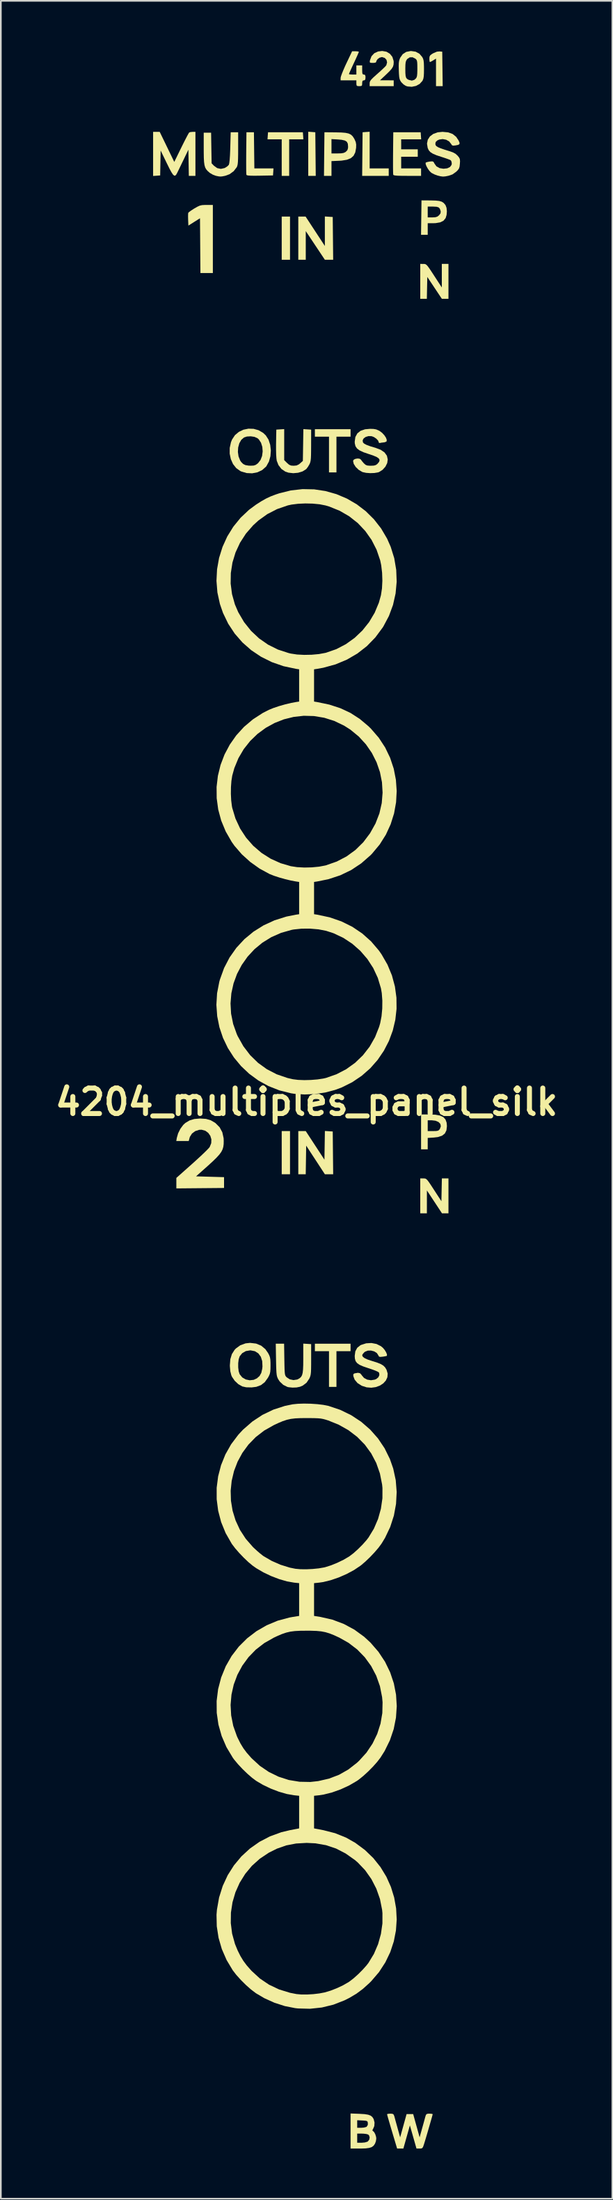
<source format=kicad_pcb>
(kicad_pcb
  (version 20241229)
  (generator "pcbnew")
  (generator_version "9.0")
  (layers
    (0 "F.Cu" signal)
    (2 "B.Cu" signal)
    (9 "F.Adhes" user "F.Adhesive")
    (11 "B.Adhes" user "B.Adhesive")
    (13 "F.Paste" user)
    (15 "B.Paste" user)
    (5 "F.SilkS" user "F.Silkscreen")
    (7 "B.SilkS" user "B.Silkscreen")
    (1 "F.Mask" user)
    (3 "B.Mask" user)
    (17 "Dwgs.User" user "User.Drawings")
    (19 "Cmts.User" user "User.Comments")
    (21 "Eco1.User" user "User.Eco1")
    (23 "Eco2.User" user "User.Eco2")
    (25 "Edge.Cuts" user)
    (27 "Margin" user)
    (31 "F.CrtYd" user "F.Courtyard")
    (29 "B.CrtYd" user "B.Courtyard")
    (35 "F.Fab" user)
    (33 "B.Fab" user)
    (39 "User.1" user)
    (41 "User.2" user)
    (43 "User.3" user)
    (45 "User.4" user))
  (footprint "4204_multiples_panel_silk"
    (layer "F.Cu")
    (at 15.32 62.897)
    (property "Reference" "4204_multiples_panel_silk" (at 0 0 0) (layer "F.SilkS") (effects (font (size 1.524 1.524) (thickness 0.3))))
    (attr board_only exclude_from_pos_files exclude_from_bom)
    (fp_poly (pts (xy -0.994 -50.402) (xy -1.491 -50.402) (xy -1.491 -52.987) (xy -0.994 -52.987)) (stroke (width 0) (type solid)) (fill yes) (layer "F.SilkS"))
    (fp_poly (pts (xy -0.994 4.324) (xy -1.491 4.324) (xy -1.491 1.74) (xy -0.994 1.74)) (stroke (width 0) (type solid)) (fill yes) (layer "F.SilkS"))
    (fp_poly (pts (xy 0.311 -58.048) (xy 0.522 -58.032) (xy 0.535 -56.727) (xy 0.548 -55.423) (xy 0.099 -55.423) (xy 0.099 -58.063)) (stroke (width 0) (type solid)) (fill yes) (layer "F.SilkS"))
    (fp_poly (pts (xy 2.634 -39.815) (xy 1.789 -39.815) (xy 1.789 -37.677) (xy 1.342 -37.677) (xy 1.342 -39.815) (xy 0.497 -39.815) (xy 0.497 -40.262) (xy 2.634 -40.262)) (stroke (width 0) (type solid)) (fill yes) (layer "F.SilkS"))
    (fp_poly (pts (xy 2.634 14.912) (xy 1.789 14.912) (xy 1.789 17.049) (xy 1.342 17.049) (xy 1.342 14.912) (xy 0.497 14.912) (xy 0.497 14.465) (xy 2.634 14.465)) (stroke (width 0) (type solid)) (fill yes) (layer "F.SilkS"))
    (fp_poly (pts (xy 3.778 -55.87) (xy 4.921 -55.87) (xy 4.921 -55.423) (xy 3.329 -55.423) (xy 3.342 -56.727) (xy 3.355 -58.032) (xy 3.566 -58.048) (xy 3.778 -58.063)) (stroke (width 0) (type solid)) (fill yes) (layer "F.SilkS"))
    (fp_poly (pts (xy -0.208 -57.821) (xy -0.193 -57.61) (xy -1.044 -57.61) (xy -1.044 -55.423) (xy -1.491 -55.423) (xy -1.491 -57.61) (xy -2.342 -57.61) (xy -2.327 -57.821) (xy -2.311 -58.032) (xy -0.224 -58.032)) (stroke (width 0) (type solid)) (fill yes) (layer "F.SilkS"))
    (fp_poly (pts (xy 1.33 -52.977) (xy 1.566 -52.962) (xy 1.579 -51.682) (xy 1.592 -50.402) (xy 1.094 -50.402) (xy 0.522 -51.26) (xy -0.05 -52.117) (xy -0.05 -50.402) (xy -0.497 -50.402) (xy -0.497 -52.987) (xy -0.06 -52.987) (xy 0.517 -52.107) (xy 1.094 -51.227) (xy 1.094 -52.993)) (stroke (width 0) (type solid)) (fill yes) (layer "F.SilkS"))
    (fp_poly (pts (xy 1.331 1.749) (xy 1.566 1.765) (xy 1.579 3.045) (xy 1.592 4.324) (xy 1.095 4.324) (xy 0.535 3.468) (xy -0.025 2.612) (xy -0.038 3.468) (xy -0.052 4.324) (xy -0.497 4.324) (xy -0.497 1.74) (xy -0.051 1.74) (xy 0.509 2.596) (xy 1.069 3.452) (xy 1.096 1.734)) (stroke (width 0) (type solid)) (fill yes) (layer "F.SilkS"))
    (fp_poly (pts (xy 8.127 -62.854) (xy 8.154 -60.791) (xy 7.754 -60.791) (xy 7.754 -62.439) (xy 7.587 -62.336) (xy 7.473 -62.27) (xy 7.397 -62.234) (xy 7.388 -62.232) (xy 7.368 -62.277) (xy 7.357 -62.387) (xy 7.357 -62.429) (xy 7.365 -62.551) (xy 7.405 -62.633) (xy 7.499 -62.708) (xy 7.578 -62.756) (xy 7.808 -62.855) (xy 7.963 -62.87)) (stroke (width 0) (type solid)) (fill yes) (layer "F.SilkS"))
    (fp_poly (pts (xy 7.071 4.575) (xy 7.131 4.589) (xy 7.189 4.628) (xy 7.258 4.702) (xy 7.348 4.824) (xy 7.47 5.006) (xy 7.633 5.256) (xy 8.077 5.939) (xy 8.105 4.573) (xy 8.5 4.573) (xy 8.5 6.661) (xy 8.111 6.661) (xy 7.66 5.977) (xy 7.209 5.294) (xy 7.208 5.977) (xy 7.207 6.661) (xy 6.81 6.661) (xy 6.81 4.573) (xy 6.999 4.573)) (stroke (width 0) (type solid)) (fill yes) (layer "F.SilkS"))
    (fp_poly (pts (xy 8.5 -48.066) (xy 8.103 -48.066) (xy 7.232 -49.373) (xy 7.218 -48.72) (xy 7.205 -48.066) (xy 6.81 -48.066) (xy 6.81 -50.154) (xy 6.996 -50.153) (xy 7.066 -50.151) (xy 7.124 -50.136) (xy 7.183 -50.098) (xy 7.252 -50.023) (xy 7.342 -49.901) (xy 7.465 -49.72) (xy 7.63 -49.468) (xy 7.642 -49.449) (xy 8.102 -48.744) (xy 8.102 -50.154) (xy 8.5 -50.154)) (stroke (width 0) (type solid)) (fill yes) (layer "F.SilkS"))
    (fp_poly (pts (xy -3.143 -56.951) (xy -3.13 -55.87) (xy -1.983 -55.87) (xy -1.998 -55.659) (xy -2.013 -55.448) (xy -2.797 -55.434) (xy -3.109 -55.43) (xy -3.334 -55.433) (xy -3.484 -55.442) (xy -3.57 -55.458) (xy -3.605 -55.483) (xy -3.606 -55.484) (xy -3.612 -55.55) (xy -3.617 -55.701) (xy -3.619 -55.923) (xy -3.62 -56.201) (xy -3.619 -56.522) (xy -3.617 -56.791) (xy -3.604 -58.032) (xy -3.156 -58.032)) (stroke (width 0) (type solid)) (fill yes) (layer "F.SilkS"))
    (fp_poly (pts (xy -5.617 -49.607) (xy -6.361 -49.607) (xy -6.374 -51.246) (xy -6.387 -52.885) (xy -6.735 -52.666) (xy -7.083 -52.446) (xy -7.098 -52.799) (xy -7.102 -52.982) (xy -7.1 -53.129) (xy -7.091 -53.209) (xy -7.09 -53.21) (xy -7.04 -53.261) (xy -6.924 -53.345) (xy -6.767 -53.447) (xy -6.719 -53.476) (xy -6.536 -53.58) (xy -6.398 -53.642) (xy -6.265 -53.672) (xy -6.1 -53.682) (xy -5.993 -53.683) (xy -5.617 -53.683)) (stroke (width 0) (type solid)) (fill yes) (layer "F.SilkS"))
    (fp_poly (pts (xy 6.85 -57.821) (xy 6.865 -57.61) (xy 5.667 -57.61) (xy 5.667 -57.013) (xy 6.661 -57.013) (xy 6.661 -56.566) (xy 5.667 -56.566) (xy 5.667 -55.87) (xy 6.859 -55.87) (xy 6.859 -55.423) (xy 6.038 -55.423) (xy 5.712 -55.425) (xy 5.475 -55.431) (xy 5.317 -55.443) (xy 5.226 -55.462) (xy 5.192 -55.486) (xy 5.186 -55.551) (xy 5.181 -55.702) (xy 5.178 -55.923) (xy 5.178 -56.201) (xy 5.179 -56.522) (xy 5.181 -56.791) (xy 5.194 -58.032) (xy 6.835 -58.032)) (stroke (width 0) (type solid)) (fill yes) (layer "F.SilkS"))
    (fp_poly (pts (xy 7.717 0.761) (xy 7.993 0.812) (xy 8.191 0.904) (xy 8.32 1.043) (xy 8.39 1.235) (xy 8.408 1.443) (xy 8.379 1.695) (xy 8.285 1.884) (xy 8.118 2.016) (xy 7.872 2.097) (xy 7.627 2.127) (xy 7.257 2.15) (xy 7.257 2.833) (xy 6.859 2.833) (xy 6.859 1.094) (xy 7.257 1.094) (xy 7.257 1.74) (xy 7.579 1.74) (xy 7.758 1.736) (xy 7.867 1.718) (xy 7.935 1.677) (xy 7.985 1.612) (xy 8.044 1.453) (xy 8.014 1.312) (xy 7.905 1.198) (xy 7.726 1.122) (xy 7.493 1.094) (xy 7.257 1.094) (xy 6.859 1.094) (xy 6.859 0.746) (xy 7.356 0.746)) (stroke (width 0) (type solid)) (fill yes) (layer "F.SilkS"))
    (fp_poly (pts (xy -8.365 -57.158) (xy -7.928 -56.258) (xy -7.506 -57.12) (xy -7.372 -57.39) (xy -7.25 -57.629) (xy -7.149 -57.823) (xy -7.074 -57.958) (xy -7.035 -58.018) (xy -7.033 -58.019) (xy -6.952 -58.045) (xy -6.825 -58.056) (xy -6.822 -58.056) (xy -6.661 -58.057) (xy -6.661 -55.423) (xy -7.056 -55.423) (xy -7.069 -56.204) (xy -7.083 -56.986) (xy -7.381 -56.369) (xy -7.498 -56.128) (xy -7.604 -55.908) (xy -7.691 -55.729) (xy -7.748 -55.613) (xy -7.754 -55.6) (xy -7.815 -55.492) (xy -7.873 -55.436) (xy -7.936 -55.438) (xy -8.009 -55.505) (xy -8.101 -55.644) (xy -8.218 -55.86) (xy -8.367 -56.161) (xy -8.375 -56.177) (xy -8.745 -56.939) (xy -8.759 -56.193) (xy -8.773 -55.448) (xy -8.984 -55.432) (xy -9.196 -55.417) (xy -9.196 -58.057) (xy -8.801 -58.057)) (stroke (width 0) (type solid)) (fill yes) (layer "F.SilkS"))
    (fp_poly (pts (xy 7.44 -53.952) (xy 7.732 -53.944) (xy 7.944 -53.921) (xy 8.097 -53.877) (xy 8.209 -53.806) (xy 8.302 -53.7) (xy 8.328 -53.662) (xy 8.385 -53.507) (xy 8.405 -53.301) (xy 8.388 -53.086) (xy 8.333 -52.903) (xy 8.327 -52.89) (xy 8.202 -52.739) (xy 8.007 -52.641) (xy 7.736 -52.595) (xy 7.582 -52.589) (xy 7.257 -52.589) (xy 7.257 -51.894) (xy 6.857 -51.894) (xy 6.871 -52.937) (xy 7.257 -52.937) (xy 7.533 -52.937) (xy 7.709 -52.946) (xy 7.826 -52.98) (xy 7.922 -53.051) (xy 7.935 -53.064) (xy 8.022 -53.176) (xy 8.036 -53.284) (xy 8.028 -53.325) (xy 7.983 -53.457) (xy 7.912 -53.535) (xy 7.792 -53.573) (xy 7.6 -53.583) (xy 7.574 -53.584) (xy 7.257 -53.584) (xy 7.257 -52.937) (xy 6.871 -52.937) (xy 6.884 -53.956)) (stroke (width 0) (type solid)) (fill yes) (layer "F.SilkS"))
    (fp_poly (pts (xy -1.342 -38.413) (xy -1.173 -38.244) (xy -1.047 -38.135) (xy -0.928 -38.086) (xy -0.776 -38.075) (xy -0.6 -38.092) (xy -0.462 -38.158) (xy -0.386 -38.22) (xy -0.224 -38.365) (xy -0.193 -40.267) (xy 0.04 -40.252) (xy 0.273 -40.237) (xy 0.271 -39.293) (xy 0.269 -38.958) (xy 0.265 -38.707) (xy 0.257 -38.523) (xy 0.243 -38.389) (xy 0.222 -38.29) (xy 0.193 -38.209) (xy 0.164 -38.15) (xy 0.078 -38.006) (xy -0.01 -37.89) (xy -0.034 -37.866) (xy -0.244 -37.735) (xy -0.51 -37.655) (xy -0.801 -37.629) (xy -1.087 -37.661) (xy -1.273 -37.723) (xy -1.508 -37.882) (xy -1.686 -38.114) (xy -1.788 -38.373) (xy -1.808 -38.515) (xy -1.823 -38.738) (xy -1.83 -39.024) (xy -1.83 -39.354) (xy -1.829 -39.417) (xy -1.814 -40.237) (xy -1.578 -40.253) (xy -1.342 -40.268)) (stroke (width 0) (type solid)) (fill yes) (layer "F.SilkS"))
    (fp_poly (pts (xy 1.75 -58.026) (xy 2.083 -58.018) (xy 2.333 -57.997) (xy 2.518 -57.957) (xy 2.654 -57.891) (xy 2.758 -57.794) (xy 2.847 -57.659) (xy 2.874 -57.609) (xy 2.944 -57.449) (xy 2.971 -57.298) (xy 2.966 -57.103) (xy 2.965 -57.093) (xy 2.916 -56.826) (xy 2.813 -56.623) (xy 2.648 -56.479) (xy 2.41 -56.385) (xy 2.092 -56.334) (xy 1.953 -56.326) (xy 1.491 -56.306) (xy 1.491 -55.423) (xy 1.042 -55.423) (xy 1.055 -56.727) (xy 1.065 -57.623) (xy 1.491 -57.623) (xy 1.491 -56.765) (xy 1.857 -56.765) (xy 2.068 -56.771) (xy 2.209 -56.793) (xy 2.311 -56.837) (xy 2.354 -56.868) (xy 2.444 -56.962) (xy 2.481 -57.083) (xy 2.485 -57.183) (xy 2.469 -57.349) (xy 2.41 -57.464) (xy 2.293 -57.537) (xy 2.104 -57.58) (xy 1.888 -57.6) (xy 1.491 -57.623) (xy 1.065 -57.623) (xy 1.069 -58.032)) (stroke (width 0) (type solid)) (fill yes) (layer "F.SilkS"))
    (fp_poly (pts (xy -4.101 -57.063) (xy -4.102 -56.716) (xy -4.107 -56.454) (xy -4.115 -56.261) (xy -4.129 -56.123) (xy -4.15 -56.026) (xy -4.178 -55.954) (xy -4.185 -55.94) (xy -4.369 -55.702) (xy -4.615 -55.522) (xy -4.87 -55.428) (xy -5.037 -55.394) (xy -5.153 -55.382) (xy -5.265 -55.391) (xy -5.419 -55.423) (xy -5.445 -55.429) (xy -5.614 -55.492) (xy -5.785 -55.591) (xy -5.824 -55.621) (xy -5.933 -55.718) (xy -6.016 -55.815) (xy -6.077 -55.927) (xy -6.118 -56.069) (xy -6.144 -56.257) (xy -6.158 -56.504) (xy -6.163 -56.828) (xy -6.164 -57.058) (xy -6.164 -58.007) (xy -5.722 -58.007) (xy -5.707 -57.091) (xy -5.691 -56.175) (xy -5.55 -56.027) (xy -5.356 -55.887) (xy -5.138 -55.841) (xy -4.912 -55.891) (xy -4.894 -55.899) (xy -4.763 -55.981) (xy -4.667 -56.074) (xy -4.658 -56.088) (xy -4.633 -56.184) (xy -4.61 -56.372) (xy -4.591 -56.646) (xy -4.576 -57) (xy -4.573 -57.113) (xy -4.548 -58.032) (xy -4.101 -58.032)) (stroke (width 0) (type solid)) (fill yes) (layer "F.SilkS"))
    (fp_poly (pts (xy 4.782 -62.853) (xy 4.99 -62.73) (xy 5.139 -62.543) (xy 5.213 -62.307) (xy 5.219 -62.217) (xy 5.21 -62.079) (xy 5.176 -61.96) (xy 5.104 -61.839) (xy 4.983 -61.699) (xy 4.798 -61.518) (xy 4.755 -61.477) (xy 4.399 -61.143) (xy 5.219 -61.139) (xy 5.219 -60.791) (xy 3.778 -60.791) (xy 3.778 -60.958) (xy 3.785 -61.034) (xy 3.815 -61.107) (xy 3.881 -61.194) (xy 3.994 -61.307) (xy 4.166 -61.463) (xy 4.254 -61.54) (xy 4.439 -61.705) (xy 4.598 -61.854) (xy 4.716 -61.97) (xy 4.774 -62.039) (xy 4.776 -62.042) (xy 4.822 -62.212) (xy 4.787 -62.366) (xy 4.684 -62.48) (xy 4.527 -62.53) (xy 4.507 -62.531) (xy 4.374 -62.495) (xy 4.254 -62.409) (xy 4.182 -62.3) (xy 4.175 -62.257) (xy 4.144 -62.206) (xy 4.037 -62.185) (xy 3.97 -62.183) (xy 3.841 -62.187) (xy 3.788 -62.213) (xy 3.786 -62.283) (xy 3.797 -62.342) (xy 3.89 -62.584) (xy 4.055 -62.761) (xy 4.285 -62.867) (xy 4.53 -62.897)) (stroke (width 0) (type solid)) (fill yes) (layer "F.SilkS"))
    (fp_poly (pts (xy 0.037 14.474) (xy 0.273 14.489) (xy 0.273 15.409) (xy 0.272 15.738) (xy 0.269 15.984) (xy 0.261 16.165) (xy 0.247 16.297) (xy 0.225 16.398) (xy 0.194 16.484) (xy 0.161 16.555) (xy -0.004 16.8) (xy -0.228 16.97) (xy -0.393 17.041) (xy -0.6 17.083) (xy -0.848 17.092) (xy -1.081 17.068) (xy -1.154 17.05) (xy -1.4 16.927) (xy -1.609 16.729) (xy -1.704 16.585) (xy -1.742 16.506) (xy -1.772 16.421) (xy -1.793 16.316) (xy -1.807 16.175) (xy -1.817 15.98) (xy -1.825 15.716) (xy -1.831 15.421) (xy -1.847 14.465) (xy -1.348 14.465) (xy -1.333 15.408) (xy -1.327 15.736) (xy -1.321 15.979) (xy -1.312 16.154) (xy -1.299 16.273) (xy -1.28 16.353) (xy -1.252 16.409) (xy -1.213 16.455) (xy -1.188 16.48) (xy -1.006 16.597) (xy -0.787 16.642) (xy -0.568 16.609) (xy -0.506 16.582) (xy -0.404 16.52) (xy -0.327 16.446) (xy -0.272 16.345) (xy -0.235 16.203) (xy -0.213 16.006) (xy -0.202 15.74) (xy -0.199 15.391) (xy -0.199 15.334) (xy -0.199 14.459)) (stroke (width 0) (type solid)) (fill yes) (layer "F.SilkS"))
    (fp_poly (pts (xy 3.055 -62.871) (xy 3.126 -62.853) (xy 3.132 -62.845) (xy 3.111 -62.79) (xy 3.056 -62.662) (xy 2.974 -62.479) (xy 2.872 -62.257) (xy 2.833 -62.175) (xy 2.726 -61.945) (xy 2.636 -61.748) (xy 2.571 -61.601) (xy 2.538 -61.522) (xy 2.535 -61.513) (xy 2.579 -61.497) (xy 2.692 -61.488) (xy 2.759 -61.487) (xy 2.982 -61.487) (xy 2.982 -62.034) (xy 3.33 -62.034) (xy 3.33 -61.76) (xy 3.335 -61.602) (xy 3.353 -61.52) (xy 3.395 -61.49) (xy 3.43 -61.487) (xy 3.498 -61.467) (xy 3.526 -61.391) (xy 3.529 -61.313) (xy 3.518 -61.193) (xy 3.475 -61.145) (xy 3.43 -61.139) (xy 3.361 -61.119) (xy 3.334 -61.044) (xy 3.33 -60.965) (xy 3.323 -60.848) (xy 3.279 -60.801) (xy 3.17 -60.791) (xy 3.156 -60.791) (xy 3.04 -60.799) (xy 2.992 -60.842) (xy 2.982 -60.952) (xy 2.982 -60.965) (xy 2.982 -61.139) (xy 2.038 -61.139) (xy 2.038 -61.285) (xy 2.059 -61.379) (xy 2.117 -61.542) (xy 2.204 -61.757) (xy 2.312 -62.004) (xy 2.383 -62.155) (xy 2.727 -62.879) (xy 2.929 -62.879)) (stroke (width 0) (type solid)) (fill yes) (layer "F.SilkS"))
    (fp_poly (pts (xy -6.029 1.011) (xy -5.747 1.092) (xy -5.49 1.24) (xy -5.454 1.267) (xy -5.211 1.512) (xy -5.05 1.812) (xy -4.972 2.165) (xy -4.965 2.322) (xy -4.969 2.515) (xy -4.99 2.682) (xy -5.035 2.835) (xy -5.111 2.986) (xy -5.228 3.146) (xy -5.393 3.328) (xy -5.614 3.544) (xy -5.899 3.805) (xy -6.083 3.969) (xy -6.624 4.449) (xy -5.785 4.474) (xy -4.946 4.498) (xy -4.946 5.145) (xy -7.804 5.171) (xy -7.804 4.544) (xy -6.856 3.702) (xy -6.592 3.463) (xy -6.347 3.238) (xy -6.134 3.036) (xy -5.964 2.869) (xy -5.849 2.747) (xy -5.805 2.691) (xy -5.714 2.464) (xy -5.705 2.236) (xy -5.769 2.024) (xy -5.895 1.846) (xy -6.072 1.718) (xy -6.288 1.66) (xy -6.435 1.665) (xy -6.675 1.743) (xy -6.868 1.889) (xy -6.992 2.085) (xy -7.009 2.139) (xy -7.062 2.336) (xy -7.808 2.336) (xy -7.777 2.15) (xy -7.698 1.874) (xy -7.562 1.602) (xy -7.391 1.371) (xy -7.267 1.256) (xy -7.013 1.104) (xy -6.729 1.018) (xy -6.387 0.988) (xy -6.368 0.988)) (stroke (width 0) (type solid)) (fill yes) (layer "F.SilkS"))
    (fp_poly (pts (xy -3.174 -40.284) (xy -2.875 -40.201) (xy -2.603 -40.042) (xy -2.445 -39.893) (xy -2.281 -39.636) (xy -2.18 -39.326) (xy -2.142 -38.989) (xy -2.167 -38.648) (xy -2.255 -38.327) (xy -2.406 -38.053) (xy -2.434 -38.017) (xy -2.663 -37.816) (xy -2.945 -37.683) (xy -3.261 -37.622) (xy -3.59 -37.637) (xy -3.911 -37.731) (xy -3.972 -37.759) (xy -4.218 -37.935) (xy -4.409 -38.178) (xy -4.54 -38.472) (xy -4.608 -38.799) (xy -4.607 -38.9) (xy -4.116 -38.9) (xy -4.078 -38.634) (xy -3.982 -38.394) (xy -3.92 -38.301) (xy -3.803 -38.183) (xy -3.665 -38.114) (xy -3.475 -38.083) (xy -3.344 -38.078) (xy -3.171 -38.086) (xy -3.048 -38.127) (xy -2.925 -38.216) (xy -2.911 -38.228) (xy -2.76 -38.42) (xy -2.667 -38.662) (xy -2.632 -38.932) (xy -2.653 -39.203) (xy -2.731 -39.451) (xy -2.864 -39.653) (xy -2.948 -39.726) (xy -3.125 -39.804) (xy -3.349 -39.837) (xy -3.575 -39.824) (xy -3.747 -39.768) (xy -3.912 -39.627) (xy -4.031 -39.42) (xy -4.1 -39.17) (xy -4.116 -38.9) (xy -4.607 -38.9) (xy -4.606 -39.142) (xy -4.532 -39.482) (xy -4.468 -39.642) (xy -4.294 -39.905) (xy -4.06 -40.102) (xy -3.784 -40.233) (xy -3.483 -40.294)) (stroke (width 0) (type solid)) (fill yes) (layer "F.SilkS"))
    (fp_poly (pts (xy 3.169 60.551) (xy 3.468 60.569) (xy 3.685 60.603) (xy 3.838 60.66) (xy 3.942 60.744) (xy 4.017 60.864) (xy 4.019 60.869) (xy 4.071 61.073) (xy 4.057 61.282) (xy 3.992 61.435) (xy 3.942 61.53) (xy 3.963 61.573) (xy 3.968 61.575) (xy 4.045 61.643) (xy 4.116 61.774) (xy 4.164 61.93) (xy 4.175 62.034) (xy 4.151 62.193) (xy 4.1 62.334) (xy 4.02 62.453) (xy 3.911 62.537) (xy 3.757 62.59) (xy 3.542 62.62) (xy 3.247 62.63) (xy 3.184 62.63) (xy 2.634 62.63) (xy 2.634 62.282) (xy 3.032 62.282) (xy 3.294 62.282) (xy 3.492 62.265) (xy 3.641 62.22) (xy 3.667 62.205) (xy 3.753 62.098) (xy 3.779 61.965) (xy 3.743 61.844) (xy 3.682 61.787) (xy 3.579 61.758) (xy 3.42 61.739) (xy 3.309 61.735) (xy 3.032 61.735) (xy 3.032 62.282) (xy 2.634 62.282) (xy 2.634 60.935) (xy 3.032 60.935) (xy 3.032 61.387) (xy 3.271 61.387) (xy 3.433 61.374) (xy 3.563 61.341) (xy 3.598 61.323) (xy 3.667 61.213) (xy 3.67 61.112) (xy 3.656 61.031) (xy 3.62 60.986) (xy 3.539 60.964) (xy 3.388 60.952) (xy 3.343 60.95) (xy 3.032 60.935) (xy 2.634 60.935) (xy 2.634 60.531)) (stroke (width 0) (type solid)) (fill yes) (layer "F.SilkS"))
    (fp_poly (pts (xy -3.027 14.457) (xy -2.722 14.582) (xy -2.471 14.79) (xy -2.306 15.026) (xy -2.237 15.159) (xy -2.195 15.278) (xy -2.172 15.413) (xy -2.163 15.597) (xy -2.162 15.757) (xy -2.165 15.986) (xy -2.177 16.147) (xy -2.205 16.271) (xy -2.256 16.391) (xy -2.317 16.503) (xy -2.504 16.764) (xy -2.732 16.942) (xy -3.012 17.046) (xy -3.294 17.081) (xy -3.619 17.074) (xy -3.852 17.022) (xy -4.089 16.888) (xy -4.306 16.685) (xy -4.47 16.446) (xy -4.51 16.356) (xy -4.571 16.116) (xy -4.597 15.814) (xy -4.598 15.757) (xy -4.588 15.632) (xy -4.098 15.632) (xy -4.098 15.885) (xy -4.069 16.119) (xy -4.01 16.293) (xy -3.857 16.481) (xy -3.649 16.603) (xy -3.411 16.653) (xy -3.169 16.627) (xy -2.977 16.538) (xy -2.817 16.395) (xy -2.714 16.209) (xy -2.657 15.959) (xy -2.644 15.826) (xy -2.659 15.508) (xy -2.744 15.244) (xy -2.893 15.043) (xy -3.1 14.913) (xy -3.358 14.863) (xy -3.38 14.863) (xy -3.641 14.907) (xy -3.858 15.031) (xy -4.01 15.22) (xy -4.069 15.398) (xy -4.098 15.632) (xy -4.588 15.632) (xy -4.569 15.39) (xy -4.478 15.09) (xy -4.32 14.839) (xy -4.237 14.75) (xy -3.971 14.558) (xy -3.657 14.444) (xy -3.386 14.415)) (stroke (width 0) (type solid)) (fill yes) (layer "F.SilkS"))
    (fp_poly (pts (xy 7.482 60.549) (xy 7.551 60.566) (xy 7.555 60.572) (xy 7.542 60.628) (xy 7.506 60.761) (xy 7.451 60.953) (xy 7.384 61.186) (xy 7.31 61.443) (xy 7.234 61.705) (xy 7.16 61.954) (xy 7.095 62.172) (xy 7.043 62.341) (xy 7.026 62.394) (xy 6.976 62.535) (xy 6.926 62.604) (xy 6.848 62.628) (xy 6.767 62.63) (xy 6.584 62.63) (xy 6.189 61.243) (xy 5.798 62.63) (xy 5.424 62.63) (xy 5.301 62.22) (xy 5.173 61.793) (xy 5.061 61.416) (xy 4.968 61.099) (xy 4.895 60.849) (xy 4.846 60.675) (xy 4.823 60.585) (xy 4.822 60.575) (xy 4.866 60.554) (xy 4.976 60.543) (xy 5.018 60.542) (xy 5.143 60.549) (xy 5.209 60.586) (xy 5.251 60.68) (xy 5.272 60.754) (xy 5.309 60.894) (xy 5.365 61.097) (xy 5.43 61.33) (xy 5.466 61.462) (xy 5.605 61.959) (xy 5.66 61.76) (xy 5.697 61.626) (xy 5.752 61.428) (xy 5.816 61.198) (xy 5.853 61.064) (xy 5.991 60.567) (xy 6.386 60.567) (xy 6.524 61.064) (xy 6.589 61.298) (xy 6.65 61.518) (xy 6.699 61.693) (xy 6.717 61.76) (xy 6.772 61.959) (xy 6.91 61.462) (xy 6.976 61.227) (xy 7.038 61.003) (xy 7.087 60.823) (xy 7.105 60.754) (xy 7.146 60.622) (xy 7.197 60.561) (xy 7.289 60.543) (xy 7.358 60.542)) (stroke (width 0) (type solid)) (fill yes) (layer "F.SilkS"))
    (fp_poly (pts (xy 6.533 -62.854) (xy 6.762 -62.729) (xy 6.932 -62.529) (xy 6.979 -62.435) (xy 7.009 -62.326) (xy 7.025 -62.179) (xy 7.032 -61.97) (xy 7.033 -61.81) (xy 7.03 -61.553) (xy 7.019 -61.372) (xy 6.997 -61.244) (xy 6.96 -61.146) (xy 6.935 -61.101) (xy 6.774 -60.924) (xy 6.555 -60.806) (xy 6.305 -60.753) (xy 6.052 -60.773) (xy 5.935 -60.812) (xy 5.803 -60.899) (xy 5.678 -61.024) (xy 5.661 -61.047) (xy 5.607 -61.134) (xy 5.57 -61.23) (xy 5.547 -61.358) (xy 5.533 -61.542) (xy 5.525 -61.748) (xy 5.524 -61.832) (xy 5.915 -61.832) (xy 5.918 -61.581) (xy 5.932 -61.409) (xy 5.963 -61.298) (xy 6.017 -61.227) (xy 6.1 -61.177) (xy 6.128 -61.165) (xy 6.308 -61.123) (xy 6.457 -61.17) (xy 6.546 -61.249) (xy 6.589 -61.313) (xy 6.616 -61.406) (xy 6.63 -61.549) (xy 6.636 -61.764) (xy 6.636 -61.844) (xy 6.634 -62.073) (xy 6.626 -62.225) (xy 6.607 -62.321) (xy 6.574 -62.383) (xy 6.521 -62.434) (xy 6.518 -62.436) (xy 6.35 -62.52) (xy 6.182 -62.516) (xy 6.037 -62.422) (xy 6.018 -62.4) (xy 5.966 -62.318) (xy 5.935 -62.217) (xy 5.92 -62.071) (xy 5.915 -61.853) (xy 5.915 -61.832) (xy 5.524 -61.832) (xy 5.52 -62) (xy 5.525 -62.179) (xy 5.544 -62.311) (xy 5.579 -62.421) (xy 5.611 -62.495) (xy 5.762 -62.709) (xy 5.969 -62.841) (xy 6.233 -62.893) (xy 6.26 -62.894)) (stroke (width 0) (type solid)) (fill yes) (layer "F.SilkS"))
    (fp_poly (pts (xy 4.188 14.481) (xy 4.455 14.614) (xy 4.575 14.715) (xy 4.684 14.846) (xy 4.769 14.987) (xy 4.816 15.11) (xy 4.811 15.188) (xy 4.808 15.191) (xy 4.751 15.208) (xy 4.631 15.231) (xy 4.562 15.241) (xy 4.42 15.255) (xy 4.346 15.24) (xy 4.309 15.187) (xy 4.3 15.163) (xy 4.209 15.023) (xy 4.053 14.925) (xy 3.864 14.875) (xy 3.671 14.878) (xy 3.503 14.943) (xy 3.452 14.984) (xy 3.37 15.078) (xy 3.331 15.144) (xy 3.33 15.149) (xy 3.364 15.24) (xy 3.472 15.326) (xy 3.662 15.414) (xy 3.943 15.506) (xy 3.949 15.508) (xy 4.238 15.599) (xy 4.448 15.684) (xy 4.596 15.774) (xy 4.703 15.88) (xy 4.785 16.015) (xy 4.789 16.022) (xy 4.858 16.253) (xy 4.84 16.472) (xy 4.748 16.67) (xy 4.593 16.84) (xy 4.388 16.973) (xy 4.145 17.062) (xy 3.875 17.099) (xy 3.593 17.075) (xy 3.309 16.984) (xy 3.301 16.98) (xy 3.051 16.821) (xy 2.88 16.617) (xy 2.803 16.414) (xy 2.795 16.306) (xy 2.841 16.254) (xy 2.891 16.237) (xy 3.078 16.205) (xy 3.204 16.234) (xy 3.292 16.329) (xy 3.305 16.353) (xy 3.44 16.513) (xy 3.633 16.615) (xy 3.858 16.651) (xy 4.087 16.615) (xy 4.177 16.576) (xy 4.298 16.475) (xy 4.359 16.345) (xy 4.349 16.219) (xy 4.324 16.179) (xy 4.254 16.135) (xy 4.11 16.072) (xy 3.913 15.999) (xy 3.7 15.929) (xy 3.394 15.825) (xy 3.173 15.728) (xy 3.025 15.625) (xy 2.935 15.504) (xy 2.893 15.354) (xy 2.883 15.194) (xy 2.92 14.921) (xy 3.033 14.711) (xy 3.224 14.558) (xy 3.262 14.539) (xy 3.568 14.441) (xy 3.885 14.423)) (stroke (width 0) (type solid)) (fill yes) (layer "F.SilkS"))
    (fp_poly (pts (xy 4.017 -40.277) (xy 4.174 -40.248) (xy 4.317 -40.187) (xy 4.38 -40.152) (xy 4.527 -40.042) (xy 4.655 -39.905) (xy 4.751 -39.762) (xy 4.801 -39.633) (xy 4.794 -39.539) (xy 4.772 -39.516) (xy 4.661 -39.476) (xy 4.589 -39.468) (xy 4.463 -39.453) (xy 4.403 -39.437) (xy 4.336 -39.441) (xy 4.324 -39.48) (xy 4.283 -39.583) (xy 4.177 -39.695) (xy 4.038 -39.79) (xy 3.896 -39.844) (xy 3.71 -39.849) (xy 3.545 -39.801) (xy 3.422 -39.714) (xy 3.359 -39.601) (xy 3.375 -39.477) (xy 3.378 -39.471) (xy 3.448 -39.399) (xy 3.589 -39.324) (xy 3.809 -39.243) (xy 4.117 -39.151) (xy 4.129 -39.148) (xy 4.441 -39.029) (xy 4.67 -38.871) (xy 4.811 -38.677) (xy 4.862 -38.452) (xy 4.83 -38.235) (xy 4.722 -38.018) (xy 4.551 -37.83) (xy 4.345 -37.701) (xy 4.277 -37.677) (xy 4.062 -37.641) (xy 3.812 -37.632) (xy 3.566 -37.65) (xy 3.367 -37.693) (xy 3.331 -37.707) (xy 3.116 -37.834) (xy 2.941 -38.004) (xy 2.823 -38.191) (xy 2.784 -38.365) (xy 2.826 -38.439) (xy 2.931 -38.489) (xy 3.062 -38.509) (xy 3.183 -38.494) (xy 3.256 -38.44) (xy 3.323 -38.346) (xy 3.423 -38.23) (xy 3.438 -38.214) (xy 3.532 -38.131) (xy 3.634 -38.09) (xy 3.782 -38.076) (xy 3.851 -38.075) (xy 4.029 -38.084) (xy 4.147 -38.117) (xy 4.241 -38.186) (xy 4.252 -38.197) (xy 4.349 -38.317) (xy 4.374 -38.42) (xy 4.324 -38.513) (xy 4.191 -38.603) (xy 3.97 -38.695) (xy 3.728 -38.775) (xy 3.41 -38.883) (xy 3.178 -38.991) (xy 3.022 -39.108) (xy 2.929 -39.245) (xy 2.888 -39.411) (xy 2.883 -39.516) (xy 2.922 -39.795) (xy 3.04 -40.012) (xy 3.233 -40.166) (xy 3.502 -40.257) (xy 3.804 -40.284)) (stroke (width 0) (type solid)) (fill yes) (layer "F.SilkS"))
    (fp_poly (pts (xy 8.481 -58.026) (xy 8.749 -57.929) (xy 8.958 -57.762) (xy 9.106 -57.542) (xy 9.164 -57.406) (xy 9.158 -57.324) (xy 9.075 -57.275) (xy 8.918 -57.244) (xy 8.784 -57.231) (xy 8.711 -57.254) (xy 8.663 -57.325) (xy 8.659 -57.334) (xy 8.539 -57.486) (xy 8.361 -57.585) (xy 8.153 -57.624) (xy 7.946 -57.595) (xy 7.827 -57.539) (xy 7.73 -57.443) (xy 7.714 -57.322) (xy 7.734 -57.254) (xy 7.787 -57.193) (xy 7.886 -57.133) (xy 8.043 -57.068) (xy 8.273 -56.99) (xy 8.538 -56.908) (xy 8.764 -56.83) (xy 8.923 -56.744) (xy 9.045 -56.634) (xy 9.053 -56.625) (xy 9.139 -56.518) (xy 9.182 -56.424) (xy 9.193 -56.303) (xy 9.185 -56.153) (xy 9.166 -55.977) (xy 9.128 -55.858) (xy 9.052 -55.756) (xy 8.964 -55.67) (xy 8.743 -55.511) (xy 8.506 -55.429) (xy 8.314 -55.391) (xy 8.172 -55.38) (xy 8.035 -55.396) (xy 7.858 -55.439) (xy 7.851 -55.441) (xy 7.673 -55.504) (xy 7.508 -55.587) (xy 7.47 -55.612) (xy 7.369 -55.708) (xy 7.271 -55.841) (xy 7.189 -55.986) (xy 7.137 -56.114) (xy 7.13 -56.201) (xy 7.139 -56.215) (xy 7.213 -56.246) (xy 7.343 -56.274) (xy 7.39 -56.281) (xy 7.524 -56.291) (xy 7.597 -56.267) (xy 7.644 -56.193) (xy 7.656 -56.165) (xy 7.778 -55.994) (xy 7.97 -55.886) (xy 8.203 -55.849) (xy 8.428 -55.874) (xy 8.593 -55.954) (xy 8.684 -56.078) (xy 8.699 -56.163) (xy 8.678 -56.284) (xy 8.636 -56.356) (xy 8.565 -56.391) (xy 8.421 -56.445) (xy 8.228 -56.511) (xy 8.071 -56.561) (xy 7.776 -56.659) (xy 7.562 -56.751) (xy 7.415 -56.846) (xy 7.319 -56.955) (xy 7.257 -57.089) (xy 7.256 -57.092) (xy 7.214 -57.353) (xy 7.261 -57.586) (xy 7.388 -57.782) (xy 7.588 -57.932) (xy 7.851 -58.027) (xy 8.144 -58.057)) (stroke (width 0) (type solid)) (fill yes) (layer "F.SilkS"))
    (fp_poly (pts (xy 0.453 -36.663) (xy 1.131 -36.561) (xy 1.787 -36.376) (xy 2.414 -36.111) (xy 3.003 -35.769) (xy 3.546 -35.355) (xy 4.035 -34.871) (xy 4.464 -34.323) (xy 4.823 -33.714) (xy 5.04 -33.223) (xy 5.252 -32.541) (xy 5.37 -31.841) (xy 5.397 -31.135) (xy 5.332 -30.433) (xy 5.178 -29.747) (xy 4.934 -29.087) (xy 4.603 -28.463) (xy 4.557 -28.391) (xy 4.117 -27.799) (xy 3.611 -27.28) (xy 3.042 -26.837) (xy 2.416 -26.473) (xy 1.735 -26.189) (xy 1.002 -25.987) (xy 0.634 -25.921) (xy 0.447 -25.893) (xy 0.447 -23.963) (xy 0.634 -23.933) (xy 1.366 -23.78) (xy 2.027 -23.565) (xy 2.63 -23.282) (xy 3.185 -22.925) (xy 3.703 -22.49) (xy 3.858 -22.338) (xy 4.324 -21.799) (xy 4.707 -21.215) (xy 5.005 -20.596) (xy 5.22 -19.949) (xy 5.35 -19.284) (xy 5.398 -18.61) (xy 5.361 -17.936) (xy 5.241 -17.27) (xy 5.037 -16.621) (xy 4.75 -15.997) (xy 4.379 -15.409) (xy 3.925 -14.864) (xy 3.829 -14.766) (xy 3.276 -14.282) (xy 2.674 -13.882) (xy 2.02 -13.567) (xy 1.311 -13.334) (xy 0.634 -13.196) (xy 0.447 -13.168) (xy 0.447 -11.238) (xy 0.634 -11.21) (xy 1.385 -11.05) (xy 2.088 -10.807) (xy 2.739 -10.485) (xy 3.333 -10.085) (xy 3.865 -9.611) (xy 4.33 -9.066) (xy 4.488 -8.841) (xy 4.847 -8.218) (xy 5.114 -7.572) (xy 5.292 -6.911) (xy 5.383 -6.243) (xy 5.39 -5.576) (xy 5.316 -4.918) (xy 5.163 -4.275) (xy 4.934 -3.656) (xy 4.631 -3.069) (xy 4.258 -2.521) (xy 3.816 -2.019) (xy 3.308 -1.572) (xy 2.738 -1.187) (xy 2.107 -0.872) (xy 1.717 -0.726) (xy 1.13 -0.57) (xy 0.506 -0.477) (xy -0.124 -0.45) (xy -0.728 -0.49) (xy -0.936 -0.522) (xy -1.632 -0.696) (xy -2.285 -0.953) (xy -2.888 -1.286) (xy -3.437 -1.687) (xy -3.928 -2.15) (xy -4.357 -2.667) (xy -4.719 -3.231) (xy -5.009 -3.835) (xy -5.223 -4.471) (xy -5.356 -5.134) (xy -5.405 -5.814) (xy -5.4 -5.899) (xy -4.558 -5.899) (xy -4.524 -5.284) (xy -4.4 -4.669) (xy -4.183 -4.062) (xy -4.128 -3.941) (xy -3.788 -3.336) (xy -3.38 -2.802) (xy -2.908 -2.342) (xy -2.376 -1.959) (xy -1.789 -1.657) (xy -1.15 -1.438) (xy -0.82 -1.362) (xy -0.509 -1.323) (xy -0.137 -1.309) (xy 0.262 -1.319) (xy 0.654 -1.351) (xy 1.005 -1.404) (xy 1.162 -1.44) (xy 1.792 -1.66) (xy 2.376 -1.964) (xy 2.905 -2.344) (xy 3.374 -2.795) (xy 3.775 -3.309) (xy 4.101 -3.88) (xy 4.347 -4.5) (xy 4.41 -4.719) (xy 4.49 -5.131) (xy 4.533 -5.594) (xy 4.538 -6.069) (xy 4.504 -6.517) (xy 4.455 -6.802) (xy 4.266 -7.428) (xy 3.991 -8.017) (xy 3.639 -8.559) (xy 3.217 -9.047) (xy 2.733 -9.472) (xy 2.195 -9.826) (xy 1.612 -10.1) (xy 1.168 -10.244) (xy 0.713 -10.332) (xy 0.211 -10.375) (xy -0.297 -10.373) (xy -0.771 -10.324) (xy -0.895 -10.301) (xy -1.529 -10.122) (xy -2.114 -9.864) (xy -2.647 -9.535) (xy -3.123 -9.143) (xy -3.537 -8.695) (xy -3.887 -8.199) (xy -4.169 -7.664) (xy -4.377 -7.097) (xy -4.508 -6.506) (xy -4.558 -5.899) (xy -5.4 -5.899) (xy -5.364 -6.506) (xy -5.229 -7.202) (xy -5.193 -7.329) (xy -4.944 -8.017) (xy -4.614 -8.651) (xy -4.206 -9.228) (xy -3.728 -9.743) (xy -3.184 -10.192) (xy -2.58 -10.57) (xy -1.92 -10.873) (xy -1.21 -11.096) (xy -0.634 -11.21) (xy -0.447 -11.238) (xy -0.447 -13.168) (xy -0.634 -13.196) (xy -0.94 -13.253) (xy -1.283 -13.335) (xy -1.629 -13.432) (xy -1.945 -13.535) (xy -2.199 -13.634) (xy -2.22 -13.643) (xy -2.815 -13.966) (xy -3.375 -14.365) (xy -3.883 -14.824) (xy -4.32 -15.329) (xy -4.486 -15.562) (xy -4.847 -16.19) (xy -5.117 -16.841) (xy -5.296 -17.507) (xy -5.387 -18.181) (xy -5.389 -18.442) (xy -4.537 -18.442) (xy -4.518 -18.054) (xy -4.477 -17.714) (xy -4.456 -17.604) (xy -4.262 -16.962) (xy -3.983 -16.365) (xy -3.626 -15.82) (xy -3.198 -15.333) (xy -2.705 -14.91) (xy -2.155 -14.56) (xy -1.553 -14.289) (xy -0.944 -14.111) (xy -0.569 -14.054) (xy -0.137 -14.031) (xy 0.315 -14.041) (xy 0.749 -14.083) (xy 1.129 -14.155) (xy 1.162 -14.164) (xy 1.806 -14.389) (xy 2.395 -14.696) (xy 2.927 -15.083) (xy 3.397 -15.546) (xy 3.802 -16.083) (xy 4.128 -16.666) (xy 4.362 -17.269) (xy 4.503 -17.888) (xy 4.553 -18.512) (xy 4.516 -19.134) (xy 4.395 -19.743) (xy 4.192 -20.33) (xy 3.91 -20.888) (xy 3.553 -21.405) (xy 3.123 -21.873) (xy 2.623 -22.283) (xy 2.252 -22.519) (xy 1.662 -22.803) (xy 1.056 -22.994) (xy 0.443 -23.096) (xy -0.169 -23.112) (xy -0.773 -23.045) (xy -1.36 -22.9) (xy -1.922 -22.679) (xy -2.452 -22.387) (xy -2.941 -22.027) (xy -3.381 -21.603) (xy -3.765 -21.118) (xy -4.084 -20.576) (xy -4.33 -19.98) (xy -4.456 -19.527) (xy -4.505 -19.214) (xy -4.532 -18.84) (xy -4.537 -18.442) (xy -5.389 -18.442) (xy -5.393 -18.854) (xy -5.315 -19.519) (xy -5.156 -20.168) (xy -4.918 -20.793) (xy -4.603 -21.386) (xy -4.214 -21.94) (xy -3.752 -22.446) (xy -3.22 -22.896) (xy -2.62 -23.284) (xy -2.266 -23.465) (xy -1.991 -23.577) (xy -1.651 -23.691) (xy -1.282 -23.796) (xy -0.917 -23.883) (xy -0.634 -23.935) (xy -0.447 -23.963) (xy -0.447 -25.893) (xy -0.634 -25.921) (xy -1.379 -26.079) (xy -2.077 -26.321) (xy -2.725 -26.642) (xy -3.316 -27.037) (xy -3.845 -27.501) (xy -4.307 -28.031) (xy -4.697 -28.621) (xy -5.009 -29.268) (xy -5.193 -29.801) (xy -5.344 -30.491) (xy -5.387 -31.024) (xy -4.55 -31.024) (xy -4.469 -30.395) (xy -4.296 -29.778) (xy -4.096 -29.312) (xy -3.747 -28.719) (xy -3.329 -28.195) (xy -2.847 -27.743) (xy -2.307 -27.368) (xy -1.715 -27.074) (xy -1.075 -26.866) (xy -0.944 -26.835) (xy -0.572 -26.779) (xy -0.142 -26.757) (xy 0.309 -26.766) (xy 0.745 -26.806) (xy 1.129 -26.877) (xy 1.168 -26.887) (xy 1.78 -27.099) (xy 2.352 -27.397) (xy 2.876 -27.773) (xy 3.344 -28.217) (xy 3.747 -28.722) (xy 4.079 -29.279) (xy 4.33 -29.88) (xy 4.455 -30.329) (xy 4.517 -30.735) (xy 4.54 -31.195) (xy 4.524 -31.67) (xy 4.471 -32.122) (xy 4.41 -32.412) (xy 4.193 -33.049) (xy 3.892 -33.638) (xy 3.514 -34.172) (xy 3.066 -34.645) (xy 2.552 -35.051) (xy 1.98 -35.382) (xy 1.356 -35.634) (xy 1.135 -35.699) (xy 0.782 -35.769) (xy 0.368 -35.809) (xy -0.072 -35.819) (xy -0.506 -35.8) (xy -0.9 -35.751) (xy -1.122 -35.703) (xy -1.766 -35.482) (xy -2.351 -35.182) (xy -2.884 -34.8) (xy -3.2 -34.513) (xy -3.635 -34.014) (xy -3.988 -33.469) (xy -4.258 -32.887) (xy -4.443 -32.28) (xy -4.54 -31.655) (xy -4.55 -31.024) (xy -5.387 -31.024) (xy -5.4 -31.187) (xy -5.365 -31.879) (xy -5.244 -32.559) (xy -5.038 -33.217) (xy -4.753 -33.843) (xy -4.39 -34.429) (xy -3.954 -34.964) (xy -3.448 -35.44) (xy -3.029 -35.749) (xy -2.711 -35.952) (xy -2.435 -36.108) (xy -2.168 -36.234) (xy -1.874 -36.347) (xy -1.637 -36.426) (xy -0.939 -36.599) (xy -0.24 -36.677)) (stroke (width 0) (type solid)) (fill yes) (layer "F.SilkS"))
    (fp_poly (pts (xy 0.244 18.056) (xy 0.639 18.082) (xy 1 18.125) (xy 1.296 18.183) (xy 1.309 18.186) (xy 2.015 18.423) (xy 2.671 18.742) (xy 3.27 19.136) (xy 3.807 19.601) (xy 4.277 20.132) (xy 4.673 20.722) (xy 4.991 21.366) (xy 5.19 21.935) (xy 5.341 22.632) (xy 5.397 23.341) (xy 5.359 24.051) (xy 5.23 24.752) (xy 5.01 25.432) (xy 4.701 26.082) (xy 4.49 26.429) (xy 4.309 26.674) (xy 4.071 26.951) (xy 3.801 27.236) (xy 3.524 27.501) (xy 3.264 27.723) (xy 3.231 27.748) (xy 2.845 28.007) (xy 2.4 28.246) (xy 1.925 28.453) (xy 1.447 28.617) (xy 0.993 28.728) (xy 0.76 28.762) (xy 0.447 28.794) (xy 0.447 30.755) (xy 0.833 30.816) (xy 1.55 30.98) (xy 2.229 31.235) (xy 2.864 31.577) (xy 3.449 32.003) (xy 3.828 32.352) (xy 4.307 32.905) (xy 4.701 33.501) (xy 5.007 34.132) (xy 5.227 34.79) (xy 5.359 35.467) (xy 5.402 36.154) (xy 5.355 36.843) (xy 5.219 37.527) (xy 4.992 38.196) (xy 4.674 38.843) (xy 4.423 39.239) (xy 4.225 39.496) (xy 3.971 39.781) (xy 3.688 40.067) (xy 3.398 40.331) (xy 3.129 40.549) (xy 3.017 40.628) (xy 2.553 40.898) (xy 2.047 41.132) (xy 1.528 41.318) (xy 1.025 41.444) (xy 0.733 41.489) (xy 0.447 41.519) (xy 0.447 43.47) (xy 1.013 43.579) (xy 1.715 43.759) (xy 2.366 44.022) (xy 2.913 44.331) (xy 3.494 44.762) (xy 3.999 45.249) (xy 4.428 45.786) (xy 4.78 46.363) (xy 5.053 46.973) (xy 5.248 47.608) (xy 5.364 48.26) (xy 5.399 48.92) (xy 5.353 49.581) (xy 5.225 50.234) (xy 5.014 50.872) (xy 4.719 51.486) (xy 4.34 52.069) (xy 3.875 52.612) (xy 3.765 52.722) (xy 3.376 53.072) (xy 2.991 53.359) (xy 2.571 53.609) (xy 2.268 53.761) (xy 1.607 54.019) (xy 0.914 54.188) (xy 0.205 54.264) (xy -0.505 54.246) (xy -0.686 54.226) (xy -1.305 54.104) (xy -1.931 53.902) (xy -2.532 53.631) (xy -3.038 53.333) (xy -3.325 53.116) (xy -3.635 52.842) (xy -3.942 52.537) (xy -4.219 52.229) (xy -4.427 51.959) (xy -4.794 51.346) (xy -5.078 50.695) (xy -5.275 50.018) (xy -5.382 49.328) (xy -5.386 49.138) (xy -4.542 49.138) (xy -4.463 49.766) (xy -4.292 50.384) (xy -4.13 50.778) (xy -3.961 51.115) (xy -3.787 51.4) (xy -3.585 51.67) (xy -3.331 51.958) (xy -3.288 52.004) (xy -2.796 52.455) (xy -2.25 52.823) (xy -1.65 53.107) (xy -0.995 53.308) (xy -0.606 53.384) (xy -0.319 53.41) (xy 0.028 53.411) (xy 0.402 53.389) (xy 0.768 53.346) (xy 1.088 53.285) (xy 1.443 53.178) (xy 1.825 53.029) (xy 2.194 52.854) (xy 2.511 52.672) (xy 2.562 52.638) (xy 2.813 52.445) (xy 3.087 52.2) (xy 3.356 51.932) (xy 3.59 51.669) (xy 3.71 51.514) (xy 4.033 50.981) (xy 4.283 50.398) (xy 4.454 49.785) (xy 4.543 49.16) (xy 4.544 48.541) (xy 4.524 48.34) (xy 4.396 47.696) (xy 4.179 47.08) (xy 3.881 46.502) (xy 3.509 45.976) (xy 3.069 45.513) (xy 2.889 45.359) (xy 2.337 44.97) (xy 1.766 44.676) (xy 1.166 44.475) (xy 0.53 44.364) (xy 0 44.338) (xy -0.632 44.375) (xy -1.217 44.487) (xy -1.777 44.683) (xy -2.261 44.924) (xy -2.802 45.284) (xy -3.276 45.71) (xy -3.679 46.194) (xy -4.01 46.725) (xy -4.265 47.295) (xy -4.44 47.893) (xy -4.534 48.511) (xy -4.542 49.138) (xy -5.386 49.138) (xy -5.397 48.638) (xy -5.372 48.333) (xy -5.243 47.604) (xy -5.026 46.915) (xy -4.727 46.271) (xy -4.352 45.68) (xy -3.906 45.146) (xy -3.394 44.675) (xy -2.821 44.273) (xy -2.193 43.946) (xy -1.516 43.7) (xy -1.007 43.578) (xy -0.447 43.47) (xy -0.447 41.519) (xy -0.756 41.487) (xy -1.191 41.41) (xy -1.666 41.273) (xy -2.153 41.086) (xy -2.624 40.86) (xy -3.017 40.628) (xy -3.269 40.44) (xy -3.553 40.194) (xy -3.842 39.915) (xy -4.112 39.626) (xy -4.34 39.354) (xy -4.423 39.239) (xy -4.803 38.606) (xy -5.089 37.943) (xy -5.283 37.257) (xy -5.384 36.555) (xy -5.388 36.083) (xy -4.554 36.083) (xy -4.519 36.71) (xy -4.395 37.335) (xy -4.177 37.949) (xy -4.13 38.053) (xy -3.961 38.39) (xy -3.787 38.675) (xy -3.585 38.945) (xy -3.331 39.233) (xy -3.288 39.279) (xy -2.8 39.727) (xy -2.26 40.094) (xy -1.678 40.377) (xy -1.064 40.574) (xy -0.427 40.679) (xy 0.223 40.692) (xy 0.696 40.64) (xy 1.349 40.49) (xy 1.946 40.261) (xy 2.498 39.948) (xy 3.015 39.545) (xy 3.149 39.42) (xy 3.588 38.935) (xy 3.95 38.396) (xy 4.232 37.814) (xy 4.429 37.201) (xy 4.537 36.568) (xy 4.552 35.927) (xy 4.524 35.615) (xy 4.393 34.955) (xy 4.172 34.333) (xy 3.868 33.755) (xy 3.486 33.229) (xy 3.031 32.762) (xy 2.509 32.363) (xy 1.963 32.056) (xy 1.647 31.91) (xy 1.377 31.803) (xy 1.127 31.728) (xy 0.873 31.679) (xy 0.587 31.652) (xy 0.243 31.641) (xy 0 31.64) (xy -0.39 31.644) (xy -0.708 31.661) (xy -0.978 31.696) (xy -1.227 31.755) (xy -1.482 31.842) (xy -1.767 31.964) (xy -1.963 32.056) (xy -2.536 32.381) (xy -3.044 32.774) (xy -3.484 33.228) (xy -3.852 33.732) (xy -4.147 34.279) (xy -4.364 34.859) (xy -4.501 35.463) (xy -4.554 36.083) (xy -5.388 36.083) (xy -5.39 35.847) (xy -5.302 35.139) (xy -5.119 34.439) (xy -4.845 33.768) (xy -4.493 33.153) (xy -4.064 32.594) (xy -3.565 32.097) (xy -3.005 31.669) (xy -2.392 31.315) (xy -1.734 31.041) (xy -1.04 30.854) (xy -0.833 30.816) (xy -0.447 30.755) (xy -0.447 28.794) (xy -0.756 28.762) (xy -1.18 28.687) (xy -1.646 28.552) (xy -2.124 28.369) (xy -2.588 28.149) (xy -3.008 27.904) (xy -3.231 27.748) (xy -3.487 27.535) (xy -3.763 27.273) (xy -4.035 26.99) (xy -4.279 26.71) (xy -4.47 26.459) (xy -4.49 26.429) (xy -4.851 25.798) (xy -5.12 25.14) (xy -5.298 24.462) (xy -5.387 23.774) (xy -5.388 23.263) (xy -4.549 23.263) (xy -4.532 23.863) (xy -4.434 24.459) (xy -4.255 25.042) (xy -3.994 25.604) (xy -3.648 26.136) (xy -3.217 26.63) (xy -3.149 26.695) (xy -2.969 26.861) (xy -2.784 27.019) (xy -2.627 27.143) (xy -2.585 27.174) (xy -2.098 27.458) (xy -1.56 27.694) (xy -1.008 27.865) (xy -0.671 27.933) (xy -0.376 27.96) (xy -0.02 27.964) (xy 0.36 27.946) (xy 0.728 27.909) (xy 1.049 27.854) (xy 1.118 27.837) (xy 1.464 27.728) (xy 1.841 27.575) (xy 2.211 27.396) (xy 2.529 27.211) (xy 2.573 27.182) (xy 2.817 26.995) (xy 3.086 26.753) (xy 3.353 26.486) (xy 3.588 26.221) (xy 3.71 26.063) (xy 4.032 25.533) (xy 4.282 24.952) (xy 4.453 24.34) (xy 4.543 23.715) (xy 4.545 23.097) (xy 4.524 22.89) (xy 4.392 22.226) (xy 4.173 21.603) (xy 3.87 21.028) (xy 3.488 20.505) (xy 3.031 20.04) (xy 2.505 19.639) (xy 1.913 19.306) (xy 1.292 19.057) (xy 1.129 19.006) (xy 0.988 18.969) (xy 0.846 18.943) (xy 0.683 18.928) (xy 0.475 18.92) (xy 0.201 18.916) (xy 0.025 18.916) (xy -0.363 18.918) (xy -0.676 18.933) (xy -0.942 18.965) (xy -1.185 19.019) (xy -1.432 19.101) (xy -1.706 19.216) (xy -1.97 19.34) (xy -2.544 19.665) (xy -3.049 20.055) (xy -3.483 20.501) (xy -3.845 20.993) (xy -4.134 21.524) (xy -4.349 22.085) (xy -4.488 22.668) (xy -4.549 23.263) (xy -5.388 23.263) (xy -5.388 23.085) (xy -5.3 22.402) (xy -5.126 21.735) (xy -4.866 21.091) (xy -4.521 20.481) (xy -4.091 19.911) (xy -3.807 19.607) (xy -3.251 19.123) (xy -2.644 18.723) (xy -1.991 18.41) (xy -1.299 18.187) (xy -0.835 18.092) (xy -0.525 18.06) (xy -0.155 18.048)) (stroke (width 0) (type solid)) (fill yes) (layer "F.SilkS")))
  (gr_rect
    (start -3 -3)
    (end 33.64 128.527)
    (stroke (width 0.1) (type default))
    (fill no)
    (layer "Edge.Cuts")))
</source>
